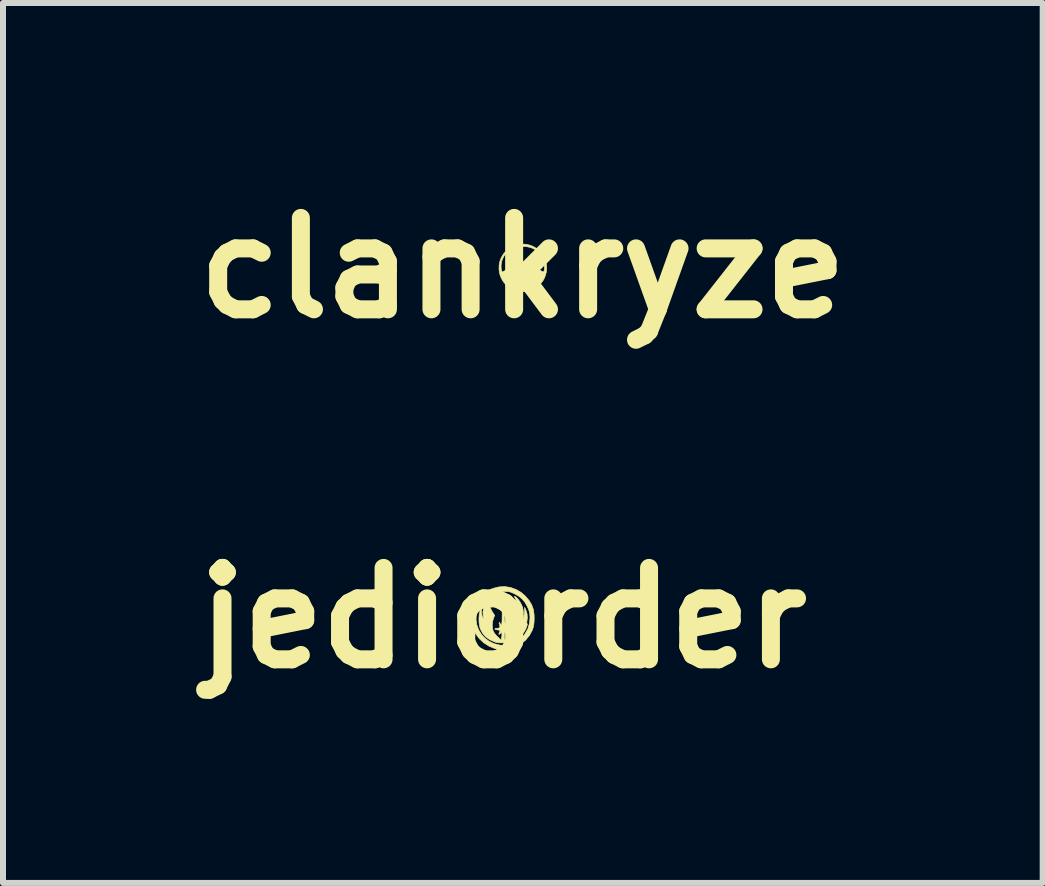
<source format=kicad_pcb>
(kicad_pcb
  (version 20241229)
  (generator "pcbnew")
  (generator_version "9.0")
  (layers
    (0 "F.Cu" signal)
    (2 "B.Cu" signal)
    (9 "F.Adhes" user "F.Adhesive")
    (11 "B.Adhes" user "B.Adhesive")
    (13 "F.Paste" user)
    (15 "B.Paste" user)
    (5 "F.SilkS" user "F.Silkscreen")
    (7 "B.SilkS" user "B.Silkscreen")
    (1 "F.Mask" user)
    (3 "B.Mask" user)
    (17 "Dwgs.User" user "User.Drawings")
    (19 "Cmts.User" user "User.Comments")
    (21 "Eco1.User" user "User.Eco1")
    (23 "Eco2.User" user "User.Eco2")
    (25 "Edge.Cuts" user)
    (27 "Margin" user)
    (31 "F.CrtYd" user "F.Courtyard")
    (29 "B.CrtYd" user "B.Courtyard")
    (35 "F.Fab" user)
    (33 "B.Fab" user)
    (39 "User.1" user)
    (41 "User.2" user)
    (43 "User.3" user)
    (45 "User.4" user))
  (footprint "jediorder"
    (layer "F.Cu")
    (at 5.341 7.254)
    (property "Reference" "jediorder" (at 0 0 0) (layer "F.SilkS") (effects (font (size 1.524 1.524) (thickness 0.3))))
    (attr through_hole)
    (fp_poly (pts (xy 0.12 -0.509) (xy 0.212 -0.476) (xy 0.298 -0.426) (xy 0.367 -0.366) (xy 0.429 -0.294) (xy 0.474 -0.22) (xy 0.502 -0.142) (xy 0.515 -0.054) (xy 0.516 0.032) (xy 0.512 0.089) (xy 0.506 0.133) (xy 0.496 0.171) (xy 0.485 0.202) (xy 0.437 0.291) (xy 0.374 0.368) (xy 0.297 0.433) (xy 0.21 0.482) (xy 0.114 0.515) (xy 0.104 0.517) (xy 0.033 0.526) (xy -0.041 0.526) (xy -0.11 0.518) (xy -0.143 0.509) (xy -0.239 0.469) (xy -0.325 0.414) (xy -0.398 0.346) (xy -0.457 0.267) (xy -0.498 0.179) (xy -0.517 0.114) (xy -0.527 0.027) (xy -0.453 0.027) (xy -0.44 0.115) (xy -0.41 0.197) (xy -0.365 0.272) (xy -0.306 0.336) (xy -0.235 0.389) (xy -0.154 0.428) (xy -0.064 0.451) (xy -0.022 0.456) (xy -0.001 0.455) (xy 0.034 0.451) (xy 0.073 0.446) (xy 0.074 0.446) (xy 0.166 0.422) (xy 0.246 0.382) (xy 0.315 0.326) (xy 0.365 0.262) (xy 0.412 0.177) (xy 0.438 0.088) (xy 0.446 -0.007) (xy 0.445 -0.026) (xy 0.442 -0.071) (xy 0.435 -0.106) (xy 0.424 -0.14) (xy 0.406 -0.181) (xy 0.398 -0.197) (xy 0.359 -0.265) (xy 0.314 -0.318) (xy 0.259 -0.363) (xy 0.188 -0.403) (xy 0.183 -0.405) (xy 0.148 -0.421) (xy 0.121 -0.432) (xy 0.094 -0.438) (xy 0.062 -0.441) (xy 0.019 -0.442) (xy -0.005 -0.442) (xy -0.056 -0.442) (xy -0.092 -0.44) (xy -0.12 -0.435) (xy -0.146 -0.427) (xy -0.175 -0.414) (xy -0.183 -0.41) (xy -0.27 -0.359) (xy -0.34 -0.298) (xy -0.393 -0.225) (xy -0.43 -0.14) (xy -0.448 -0.064) (xy -0.453 0.027) (xy -0.527 0.027) (xy -0.529 0.011) (xy -0.521 -0.088) (xy -0.496 -0.182) (xy -0.453 -0.268) (xy -0.394 -0.346) (xy -0.321 -0.412) (xy -0.233 -0.466) (xy -0.17 -0.493) (xy -0.073 -0.518) (xy 0.025 -0.523) (xy 0.12 -0.509)) (stroke (width 0.01) (type solid)) (fill yes) (layer "F.SilkS"))
    (fp_poly (pts (xy 0.2 -0.357) (xy 0.218 -0.344) (xy 0.246 -0.315) (xy 0.276 -0.274) (xy 0.302 -0.228) (xy 0.321 -0.184) (xy 0.323 -0.177) (xy 0.332 -0.132) (xy 0.335 -0.082) (xy 0.332 -0.036) (xy 0.325 -0.005) (xy 0.32 0.013) (xy 0.325 0.015) (xy 0.336 -0.001) (xy 0.345 -0.032) (xy 0.353 -0.072) (xy 0.356 -0.117) (xy 0.356 -0.122) (xy 0.357 -0.178) (xy 0.376 -0.137) (xy 0.397 -0.072) (xy 0.403 -0.003) (xy 0.397 0.04) (xy 0.393 0.072) (xy 0.395 0.09) (xy 0.397 0.092) (xy 0.402 0.106) (xy 0.396 0.132) (xy 0.383 0.167) (xy 0.364 0.207) (xy 0.34 0.246) (xy 0.314 0.283) (xy 0.289 0.312) (xy 0.279 0.321) (xy 0.22 0.362) (xy 0.159 0.39) (xy 0.091 0.407) (xy 0.01 0.414) (xy -0.045 0.415) (xy -0.085 0.413) (xy -0.117 0.407) (xy -0.147 0.398) (xy -0.147 0.398) (xy -0.229 0.36) (xy -0.293 0.314) (xy -0.343 0.256) (xy -0.38 0.186) (xy -0.384 0.176) (xy -0.397 0.128) (xy -0.404 0.068) (xy -0.405 0.004) (xy -0.401 -0.058) (xy -0.391 -0.108) (xy -0.38 -0.143) (xy -0.37 -0.162) (xy -0.363 -0.166) (xy -0.361 -0.152) (xy -0.363 -0.132) (xy -0.364 -0.102) (xy -0.359 -0.066) (xy -0.352 -0.031) (xy -0.342 -0.005) (xy -0.334 0.006) (xy -0.33 0.001) (xy -0.332 -0.018) (xy -0.333 -0.022) (xy -0.339 -0.097) (xy -0.328 -0.172) (xy -0.299 -0.244) (xy -0.254 -0.308) (xy -0.237 -0.326) (xy -0.212 -0.348) (xy -0.199 -0.356) (xy -0.198 -0.351) (xy -0.215 -0.306) (xy -0.226 -0.274) (xy -0.23 -0.251) (xy -0.23 -0.23) (xy -0.226 -0.206) (xy -0.224 -0.198) (xy -0.211 -0.16) (xy -0.191 -0.118) (xy -0.177 -0.095) (xy -0.143 -0.043) (xy -0.163 0.009) (xy -0.175 0.051) (xy -0.182 0.097) (xy -0.183 0.114) (xy -0.18 0.172) (xy -0.168 0.217) (xy -0.145 0.257) (xy -0.109 0.299) (xy -0.098 0.309) (xy -0.036 0.369) (xy -0.029 0.34) (xy -0.023 0.304) (xy -0.022 0.273) (xy -0.024 0.251) (xy -0.029 0.244) (xy -0.042 0.251) (xy -0.051 0.259) (xy -0.067 0.273) (xy -0.074 0.271) (xy -0.07 0.253) (xy -0.066 0.244) (xy -0.056 0.223) (xy -0.051 0.21) (xy -0.051 0.21) (xy -0.06 0.206) (xy -0.083 0.201) (xy -0.097 0.199) (xy -0.126 0.192) (xy -0.14 0.184) (xy -0.137 0.177) (xy -0.116 0.173) (xy -0.109 0.173) (xy -0.075 0.169) (xy -0.058 0.159) (xy -0.055 0.138) (xy -0.061 0.117) (xy -0.068 0.09) (xy -0.067 0.075) (xy -0.061 0.076) (xy -0.05 0.094) (xy -0.05 0.095) (xy -0.038 0.114) (xy -0.029 0.122) (xy -0.026 0.112) (xy -0.023 0.086) (xy -0.02 0.048) (xy -0.019 -0.000006) (xy -0.019 -0.008) (xy -0.018 -0.071) (xy -0.016 -0.139) (xy -0.013 -0.204) (xy -0.011 -0.244) (xy -0.005 -0.351) (xy 0.002 -0.284) (xy 0.006 -0.249) (xy 0.009 -0.199) (xy 0.012 -0.142) (xy 0.015 -0.083) (xy 0.015 -0.079) (xy 0.019 -0.005) (xy 0.024 0.049) (xy 0.03 0.083) (xy 0.037 0.098) (xy 0.045 0.093) (xy 0.056 0.08) (xy 0.062 0.084) (xy 0.062 0.1) (xy 0.056 0.118) (xy 0.047 0.143) (xy 0.044 0.158) (xy 0.045 0.16) (xy 0.057 0.164) (xy 0.081 0.168) (xy 0.091 0.17) (xy 0.117 0.176) (xy 0.131 0.183) (xy 0.129 0.19) (xy 0.11 0.193) (xy 0.109 0.193) (xy 0.08 0.196) (xy 0.064 0.199) (xy 0.049 0.205) (xy 0.047 0.215) (xy 0.056 0.234) (xy 0.069 0.263) (xy 0.069 0.277) (xy 0.059 0.275) (xy 0.046 0.264) (xy 0.02 0.24) (xy 0.02 0.303) (xy 0.021 0.336) (xy 0.022 0.358) (xy 0.023 0.366) (xy 0.038 0.359) (xy 0.061 0.34) (xy 0.088 0.315) (xy 0.114 0.287) (xy 0.132 0.265) (xy 0.165 0.209) (xy 0.179 0.149) (xy 0.176 0.084) (xy 0.164 0.036) (xy 0.305 0.036) (xy 0.31 0.041) (xy 0.315 0.036) (xy 0.31 0.03) (xy 0.305 0.036) (xy 0.164 0.036) (xy 0.163 0.032) (xy 0.141 -0.036) (xy 0.182 -0.115) (xy 0.211 -0.179) (xy 0.223 -0.234) (xy 0.22 -0.281) (xy 0.203 -0.324) (xy 0.188 -0.35) (xy 0.188 -0.361) (xy 0.2 -0.357)) (stroke (width 0.01) (type solid)) (fill yes) (layer "F.SilkS")))
  (footprint "clankryze"
    (layer "F.Cu")
    (at 5.668 1.418)
    (property "Reference" "clankryze" (at 0 0 0) (layer "F.SilkS") (effects (font (size 1.524 1.524) (thickness 0.3))))
    (attr through_hole)
    (fp_poly (pts (xy 0.023 -0.397) (xy 0.039 -0.396) (xy 0.052 -0.394) (xy 0.055 -0.394) (xy 0.091 -0.387) (xy 0.126 -0.377) (xy 0.16 -0.364) (xy 0.192 -0.347) (xy 0.223 -0.329) (xy 0.252 -0.307) (xy 0.279 -0.283) (xy 0.304 -0.256) (xy 0.326 -0.227) (xy 0.331 -0.219) (xy 0.34 -0.205) (xy 0.349 -0.188) (xy 0.358 -0.17) (xy 0.366 -0.152) (xy 0.373 -0.135) (xy 0.376 -0.126) (xy 0.385 -0.098) (xy 0.39 -0.071) (xy 0.394 -0.043) (xy 0.396 -0.014) (xy 0.396 0.001) (xy 0.395 0.037) (xy 0.39 0.073) (xy 0.381 0.108) (xy 0.37 0.142) (xy 0.356 0.175) (xy 0.339 0.206) (xy 0.318 0.236) (xy 0.295 0.264) (xy 0.28 0.28) (xy 0.253 0.305) (xy 0.224 0.327) (xy 0.193 0.346) (xy 0.161 0.362) (xy 0.127 0.375) (xy 0.092 0.386) (xy 0.056 0.393) (xy 0.049 0.394) (xy 0.038 0.395) (xy 0.025 0.395) (xy 0.01 0.396) (xy -0.005 0.396) (xy -0.02 0.396) (xy -0.034 0.395) (xy -0.045 0.394) (xy -0.047 0.394) (xy -0.077 0.389) (xy -0.109 0.381) (xy -0.14 0.371) (xy -0.171 0.358) (xy -0.2 0.343) (xy -0.208 0.338) (xy -0.237 0.318) (xy -0.265 0.296) (xy -0.29 0.271) (xy -0.313 0.244) (xy -0.334 0.215) (xy -0.352 0.184) (xy -0.356 0.175) (xy -0.37 0.145) (xy -0.381 0.114) (xy -0.389 0.084) (xy -0.394 0.053) (xy -0.397 0.02) (xy -0.397 0) (xy -0.396 -0.026) (xy -0.396 -0.032) (xy -0.363 -0.032) (xy -0.362 -0.000457) (xy -0.358 0.031) (xy -0.357 0.035) (xy -0.356 0.044) (xy -0.354 0.052) (xy -0.352 0.059) (xy -0.351 0.064) (xy -0.35 0.066) (xy -0.35 0.066) (xy -0.347 0.065) (xy -0.342 0.064) (xy -0.335 0.062) (xy -0.328 0.059) (xy -0.323 0.057) (xy -0.322 0.057) (xy -0.314 0.053) (xy -0.312 0.052) (xy -0.239 0.052) (xy -0.237 0.053) (xy -0.233 0.056) (xy -0.227 0.059) (xy -0.219 0.063) (xy -0.209 0.068) (xy -0.201 0.072) (xy -0.184 0.081) (xy -0.171 0.088) (xy -0.159 0.095) (xy -0.15 0.102) (xy -0.142 0.109) (xy -0.135 0.116) (xy -0.13 0.123) (xy -0.125 0.132) (xy -0.12 0.141) (xy -0.117 0.149) (xy -0.114 0.158) (xy -0.111 0.167) (xy -0.108 0.179) (xy -0.105 0.192) (xy -0.103 0.208) (xy -0.102 0.21) (xy -0.098 0.237) (xy -0.093 0.262) (xy -0.088 0.283) (xy -0.083 0.302) (xy -0.078 0.318) (xy -0.072 0.332) (xy -0.066 0.344) (xy -0.06 0.354) (xy -0.053 0.363) (xy -0.053 0.363) (xy -0.043 0.372) (xy -0.033 0.377) (xy -0.023 0.379) (xy -0.018 0.379) (xy -0.013 0.378) (xy -0.009 0.378) (xy -0.007 0.377) (xy -0.008 0.377) (xy 0.005 0.377) (xy 0.007 0.378) (xy 0.011 0.378) (xy 0.017 0.379) (xy 0.022 0.378) (xy 0.033 0.377) (xy 0.04 0.374) (xy 0.049 0.366) (xy 0.058 0.355) (xy 0.067 0.341) (xy 0.068 0.338) (xy 0.073 0.327) (xy 0.078 0.316) (xy 0.082 0.303) (xy 0.086 0.29) (xy 0.09 0.274) (xy 0.093 0.256) (xy 0.097 0.235) (xy 0.1 0.219) (xy 0.103 0.201) (xy 0.106 0.185) (xy 0.109 0.173) (xy 0.111 0.162) (xy 0.114 0.153) (xy 0.117 0.145) (xy 0.121 0.138) (xy 0.125 0.13) (xy 0.127 0.126) (xy 0.133 0.118) (xy 0.138 0.111) (xy 0.145 0.105) (xy 0.154 0.098) (xy 0.164 0.092) (xy 0.176 0.085) (xy 0.19 0.077) (xy 0.207 0.069) (xy 0.21 0.068) (xy 0.22 0.062) (xy 0.228 0.058) (xy 0.234 0.055) (xy 0.237 0.053) (xy 0.237 0.052) (xy 0.235 0.051) (xy 0.23 0.051) (xy 0.222 0.05) (xy 0.214 0.051) (xy 0.205 0.051) (xy 0.196 0.051) (xy 0.188 0.052) (xy 0.182 0.053) (xy 0.181 0.053) (xy 0.162 0.058) (xy 0.143 0.065) (xy 0.123 0.072) (xy 0.105 0.081) (xy 0.088 0.091) (xy 0.077 0.098) (xy 0.063 0.109) (xy 0.063 0.131) (xy 0.062 0.148) (xy 0.061 0.167) (xy 0.06 0.187) (xy 0.058 0.207) (xy 0.056 0.227) (xy 0.054 0.246) (xy 0.052 0.254) (xy 0.047 0.28) (xy 0.041 0.304) (xy 0.034 0.325) (xy 0.027 0.344) (xy 0.018 0.359) (xy 0.012 0.368) (xy 0.008 0.372) (xy 0.006 0.375) (xy 0.005 0.377) (xy -0.008 0.377) (xy -0.008 0.375) (xy -0.01 0.372) (xy -0.013 0.367) (xy -0.015 0.366) (xy -0.023 0.352) (xy -0.031 0.337) (xy -0.038 0.318) (xy -0.044 0.298) (xy -0.049 0.275) (xy -0.054 0.249) (xy -0.058 0.22) (xy -0.061 0.188) (xy -0.063 0.153) (xy -0.064 0.135) (xy -0.065 0.108) (xy -0.077 0.099) (xy -0.089 0.09) (xy -0.104 0.082) (xy -0.121 0.074) (xy -0.138 0.067) (xy -0.156 0.06) (xy -0.173 0.056) (xy -0.181 0.054) (xy -0.189 0.052) (xy -0.197 0.051) (xy -0.206 0.051) (xy -0.215 0.05) (xy -0.224 0.05) (xy -0.231 0.05) (xy -0.236 0.051) (xy -0.239 0.052) (xy -0.239 0.052) (xy -0.312 0.052) (xy -0.305 0.049) (xy -0.296 0.043) (xy -0.285 0.036) (xy -0.271 0.026) (xy -0.268 0.024) (xy -0.248 0.01) (xy -0.249 -0.028) (xy -0.249 -0.046) (xy -0.248 -0.061) (xy -0.248 -0.074) (xy -0.246 -0.086) (xy -0.244 -0.097) (xy -0.242 -0.108) (xy -0.24 -0.116) (xy -0.235 -0.131) (xy -0.229 -0.146) (xy -0.222 -0.16) (xy -0.215 -0.172) (xy -0.208 -0.182) (xy -0.201 -0.189) (xy -0.199 -0.19) (xy -0.188 -0.197) (xy -0.177 -0.201) (xy -0.165 -0.204) (xy -0.156 -0.204) (xy -0.148 -0.204) (xy -0.142 -0.203) (xy -0.137 -0.202) (xy -0.133 -0.201) (xy -0.13 -0.199) (xy -0.121 -0.194) (xy -0.111 -0.186) (xy -0.103 -0.177) (xy -0.095 -0.167) (xy -0.091 -0.161) (xy -0.087 -0.154) (xy -0.084 -0.147) (xy -0.081 -0.14) (xy -0.078 -0.132) (xy -0.075 -0.122) (xy -0.072 -0.111) (xy -0.068 -0.097) (xy -0.065 -0.086) (xy -0.062 -0.073) (xy -0.058 -0.06) (xy -0.055 -0.048) (xy -0.052 -0.037) (xy -0.048 -0.024) (xy -0.044 -0.011) (xy -0.039 0.004) (xy -0.034 0.02) (xy -0.028 0.039) (xy -0.021 0.06) (xy -0.019 0.065) (xy -0.014 0.081) (xy -0.009 0.094) (xy -0.006 0.104) (xy -0.003 0.111) (xy -0.001 0.115) (xy 0.000234 0.117) (xy 0.000278 0.116) (xy 0.001 0.114) (xy 0.003 0.11) (xy 0.005 0.102) (xy 0.009 0.093) (xy 0.013 0.081) (xy 0.017 0.068) (xy 0.022 0.054) (xy 0.024 0.046) (xy 0.031 0.026) (xy 0.037 0.009) (xy 0.041 -0.006) (xy 0.045 -0.019) (xy 0.049 -0.03) (xy 0.052 -0.04) (xy 0.055 -0.05) (xy 0.057 -0.059) (xy 0.06 -0.069) (xy 0.063 -0.079) (xy 0.064 -0.086) (xy 0.069 -0.106) (xy 0.074 -0.122) (xy 0.079 -0.136) (xy 0.083 -0.148) (xy 0.088 -0.158) (xy 0.094 -0.167) (xy 0.1 -0.175) (xy 0.1 -0.176) (xy 0.112 -0.188) (xy 0.125 -0.197) (xy 0.138 -0.202) (xy 0.152 -0.205) (xy 0.167 -0.204) (xy 0.182 -0.199) (xy 0.19 -0.196) (xy 0.2 -0.189) (xy 0.209 -0.179) (xy 0.218 -0.165) (xy 0.227 -0.149) (xy 0.23 -0.141) (xy 0.239 -0.115) (xy 0.245 -0.088) (xy 0.248 -0.06) (xy 0.249 -0.03) (xy 0.247 -0.008) (xy 0.247 -0.000395) (xy 0.246 0.005) (xy 0.247 0.008) (xy 0.248 0.01) (xy 0.251 0.013) (xy 0.257 0.017) (xy 0.264 0.022) (xy 0.272 0.027) (xy 0.281 0.033) (xy 0.29 0.039) (xy 0.298 0.044) (xy 0.305 0.049) (xy 0.31 0.051) (xy 0.316 0.055) (xy 0.324 0.058) (xy 0.331 0.061) (xy 0.338 0.063) (xy 0.344 0.065) (xy 0.348 0.066) (xy 0.35 0.066) (xy 0.35 0.064) (xy 0.351 0.059) (xy 0.353 0.053) (xy 0.355 0.045) (xy 0.356 0.037) (xy 0.358 0.029) (xy 0.359 0.022) (xy 0.359 0.021) (xy 0.36 0.014) (xy 0.361 0.004) (xy 0.361 -0.008) (xy 0.361 -0.021) (xy 0.361 -0.029) (xy 0.361 -0.042) (xy 0.361 -0.053) (xy 0.361 -0.062) (xy 0.36 -0.069) (xy 0.359 -0.077) (xy 0.358 -0.084) (xy 0.358 -0.085) (xy 0.351 -0.114) (xy 0.341 -0.142) (xy 0.328 -0.171) (xy 0.313 -0.198) (xy 0.296 -0.223) (xy 0.277 -0.247) (xy 0.27 -0.254) (xy 0.246 -0.276) (xy 0.221 -0.296) (xy 0.194 -0.312) (xy 0.165 -0.327) (xy 0.133 -0.339) (xy 0.099 -0.348) (xy 0.065 -0.355) (xy 0.055 -0.356) (xy 0.042 -0.357) (xy 0.028 -0.358) (xy 0.012 -0.358) (xy -0.005 -0.358) (xy -0.021 -0.358) (xy -0.036 -0.358) (xy -0.05 -0.357) (xy -0.062 -0.356) (xy -0.066 -0.355) (xy -0.102 -0.348) (xy -0.136 -0.338) (xy -0.168 -0.326) (xy -0.198 -0.311) (xy -0.225 -0.293) (xy -0.251 -0.273) (xy -0.274 -0.251) (xy -0.295 -0.226) (xy -0.307 -0.209) (xy -0.313 -0.2) (xy -0.319 -0.188) (xy -0.326 -0.175) (xy -0.333 -0.161) (xy -0.339 -0.148) (xy -0.344 -0.136) (xy -0.348 -0.126) (xy -0.349 -0.124) (xy -0.356 -0.094) (xy -0.361 -0.063) (xy -0.363 -0.032) (xy -0.396 -0.032) (xy -0.395 -0.049) (xy -0.391 -0.071) (xy -0.387 -0.093) (xy -0.383 -0.109) (xy -0.371 -0.144) (xy -0.356 -0.177) (xy -0.339 -0.208) (xy -0.319 -0.238) (xy -0.296 -0.265) (xy -0.272 -0.29) (xy -0.245 -0.313) (xy -0.216 -0.334) (xy -0.185 -0.352) (xy -0.153 -0.367) (xy -0.119 -0.379) (xy -0.083 -0.389) (xy -0.056 -0.394) (xy -0.043 -0.395) (xy -0.028 -0.396) (xy -0.011 -0.397) (xy 0.006 -0.397) (xy 0.023 -0.397)) (stroke (width 0.01) (type solid)) (fill yes) (layer "F.SilkS")))
  (gr_rect
    (start -3 -3)
    (end 14.336 11.672)
    (stroke (width 0.1) (type default))
    (fill no)
    (layer "Edge.Cuts")))
</source>
